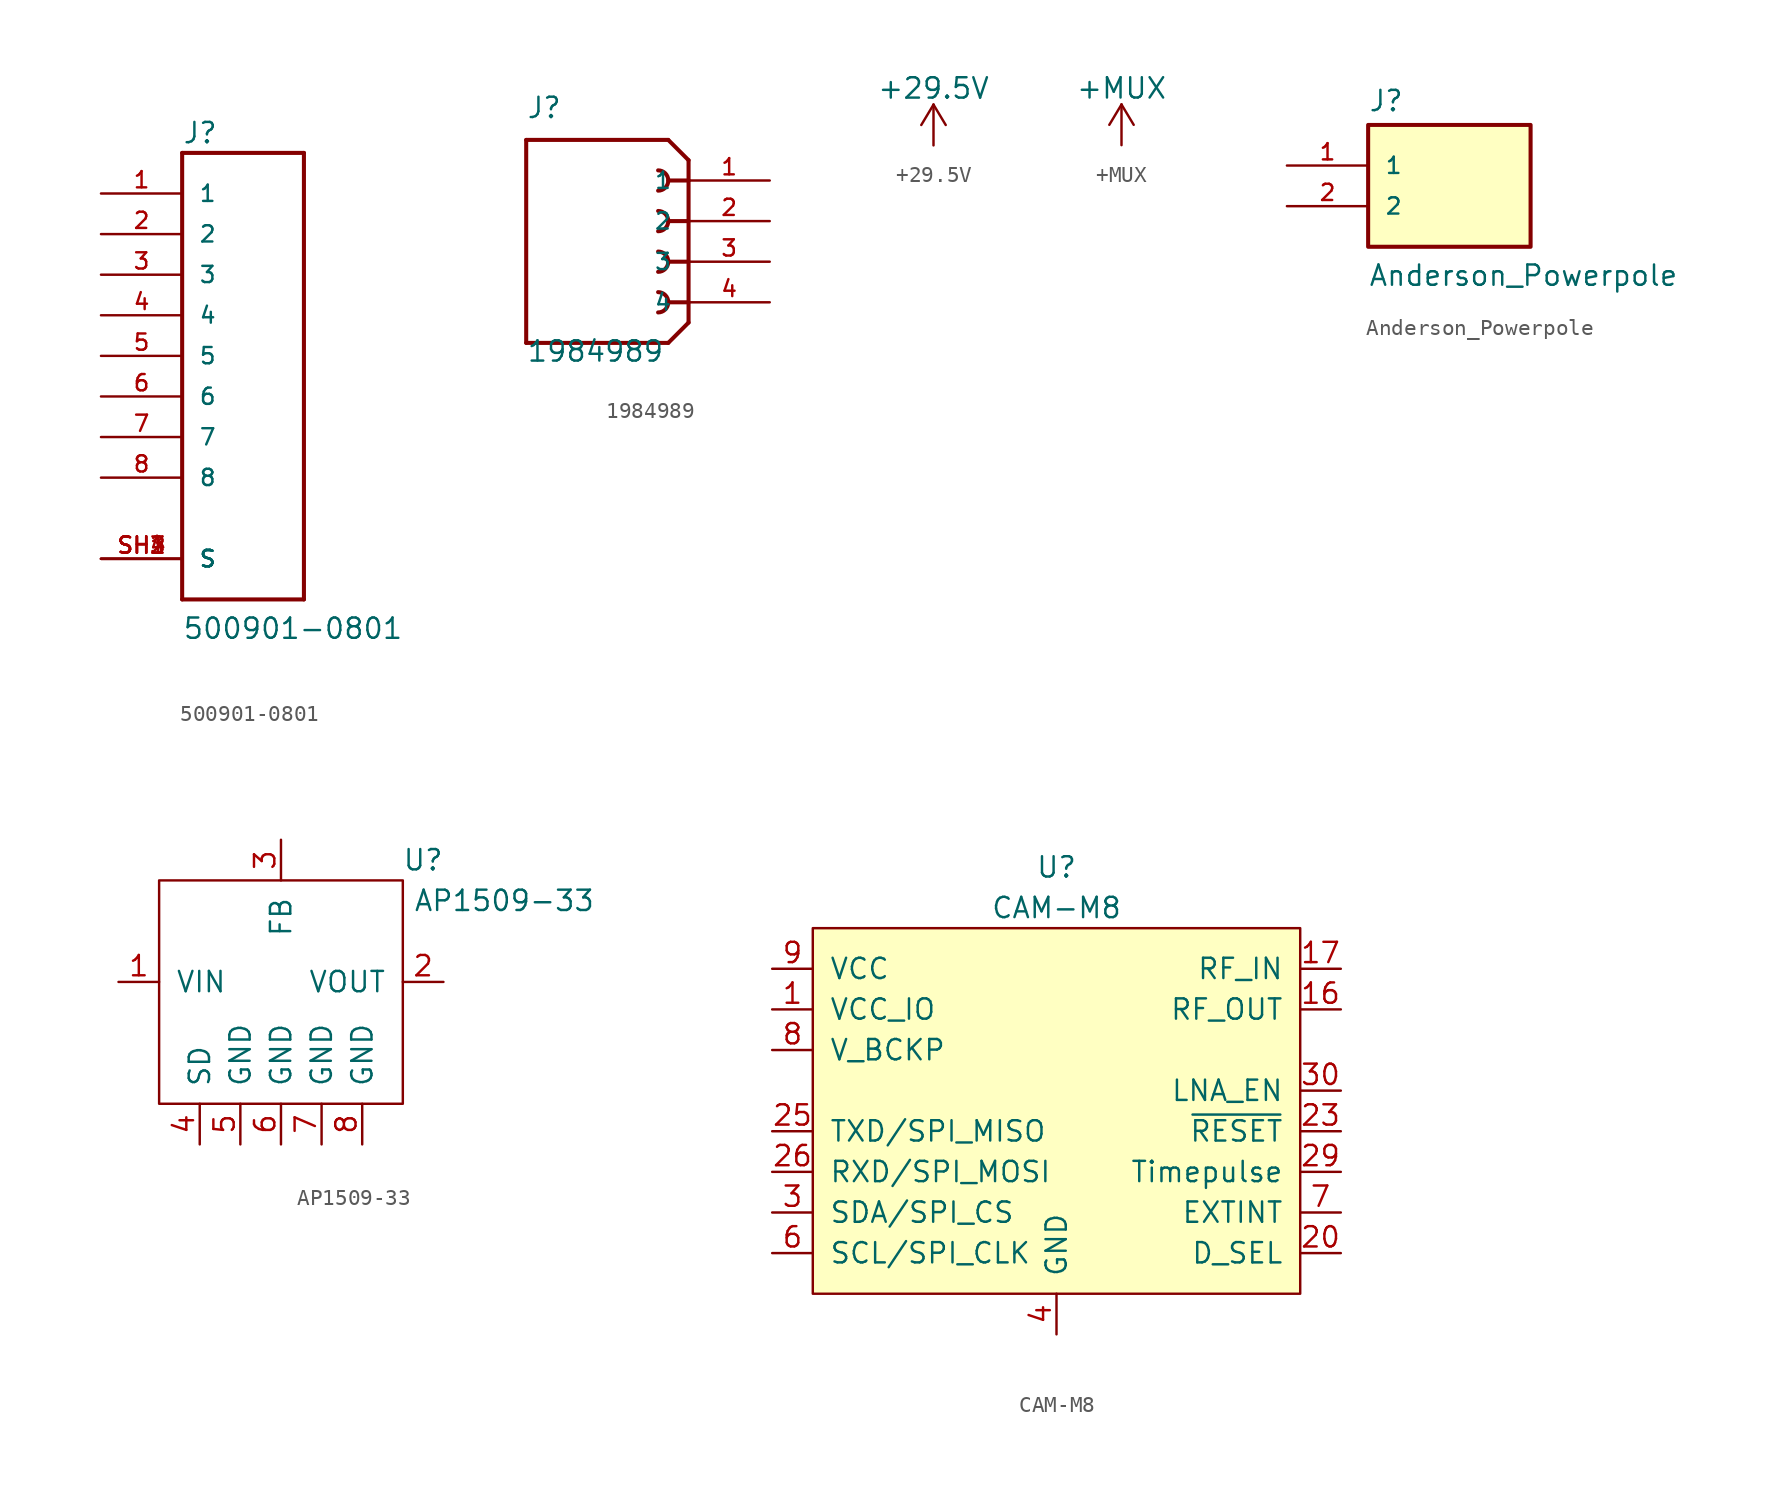
<source format=kicad_sym>
(kicad_symbol_lib
  (version 20211014)
  (generator kicad_symbol_editor)
  (symbol "500901-0801"
    (pin_names
      (offset 1.016))
    (property "Reference" "J"
      (at -5.08 13.208 0)
      (effects (font (size 1.27 1.27)) (justify left bottom)))
    (property "Value" "500901-0801"
      (at -5.08 -17.805 0)
      (effects (font (size 1.27 1.27)) (justify left bottom)))
    (property "ki_locked" ""
      (at 0 0 0)
      (effects (font (size 1.27 1.27))))
    (symbol "500901-0801_0_0"
      (polyline (pts (xy -5.08 -15.24) (xy -5.08 12.7)) (stroke (width 0.254) (type default) (color 0 0 0 0)) (fill (type none)))
      (polyline (pts (xy -5.08 12.7) (xy 2.54 12.7)) (stroke (width 0.254) (type default) (color 0 0 0 0)) (fill (type none)))
      (polyline (pts (xy 2.54 -15.24) (xy -5.08 -15.24)) (stroke (width 0.254) (type default) (color 0 0 0 0)) (fill (type none)))
      (polyline (pts (xy 2.54 12.7) (xy 2.54 -15.24)) (stroke (width 0.254) (type default) (color 0 0 0 0)) (fill (type none)))
      (pin passive line (at -10.16 10.16 0) (length 5.08) (name "1" (effects (font (size 1.016 1.016)))) (number "1" (effects (font (size 1.016 1.016)))))
      (pin passive line (at -10.16 7.62 0) (length 5.08) (name "2" (effects (font (size 1.016 1.016)))) (number "2" (effects (font (size 1.016 1.016)))))
      (pin passive line (at -10.16 5.08 0) (length 5.08) (name "3" (effects (font (size 1.016 1.016)))) (number "3" (effects (font (size 1.016 1.016)))))
      (pin passive line (at -10.16 2.54 0) (length 5.08) (name "4" (effects (font (size 1.016 1.016)))) (number "4" (effects (font (size 1.016 1.016)))))
      (pin passive line (at -10.16 0 0) (length 5.08) (name "5" (effects (font (size 1.016 1.016)))) (number "5" (effects (font (size 1.016 1.016)))))
      (pin passive line (at -10.16 -2.54 0) (length 5.08) (name "6" (effects (font (size 1.016 1.016)))) (number "6" (effects (font (size 1.016 1.016)))))
      (pin passive line (at -10.16 -5.08 0) (length 5.08) (name "7" (effects (font (size 1.016 1.016)))) (number "7" (effects (font (size 1.016 1.016)))))
      (pin passive line (at -10.16 -7.62 0) (length 5.08) (name "8" (effects (font (size 1.016 1.016)))) (number "8" (effects (font (size 1.016 1.016)))))
      (pin passive line (at -10.16 -12.7 0) (length 5.08) (name "S" (effects (font (size 1.016 1.016)))) (number "SH1" (effects (font (size 1.016 1.016)))))
      (pin passive line (at -10.16 -12.7 0) (length 5.08) (name "S" (effects (font (size 1.016 1.016)))) (number "SH2" (effects (font (size 1.016 1.016)))))
      (pin passive line (at -10.16 -12.7 0) (length 5.08) (name "S" (effects (font (size 1.016 1.016)))) (number "SH3" (effects (font (size 1.016 1.016)))))
      (pin passive line (at -10.16 -12.7 0) (length 5.08) (name "S" (effects (font (size 1.016 1.016)))) (number "SH4" (effects (font (size 1.016 1.016)))))))
  (symbol "1984989"
    (pin_names
      (offset 1.016))
    (property "Reference" "J"
      (at -5.08 6.35 0)
      (effects (font (size 1.27 1.27)) (justify left bottom)))
    (property "Value" "1984989"
      (at -5.08 -8.89 0)
      (effects (font (size 1.27 1.27)) (justify left bottom)))
    (property "ki_locked" ""
      (at 0 0 0)
      (effects (font (size 1.27 1.27))))
    (symbol "1984989_0_0"
      (polyline (pts (xy -5.08 -7.62) (xy -5.08 5.08)) (stroke (width 0.254) (type default) (color 0 0 0 0)) (fill (type none)))
      (polyline (pts (xy -5.08 5.08) (xy 3.81 5.08)) (stroke (width 0.254) (type default) (color 0 0 0 0)) (fill (type none)))
      (polyline (pts (xy 3.81 -7.62) (xy -5.08 -7.62)) (stroke (width 0.254) (type default) (color 0 0 0 0)) (fill (type none)))
      (polyline (pts (xy 5.08 -6.35) (xy 3.81 -7.62)) (stroke (width 0.254) (type default) (color 0 0 0 0)) (fill (type none)))
      (polyline (pts (xy 5.08 -5.08) (xy 3.81 -5.08)) (stroke (width 0.254) (type default) (color 0 0 0 0)) (fill (type none)))
      (polyline (pts (xy 5.08 -2.54) (xy 3.81 -2.54)) (stroke (width 0.254) (type default) (color 0 0 0 0)) (fill (type none)))
      (polyline (pts (xy 5.08 0) (xy 3.81 0)) (stroke (width 0.254) (type default) (color 0 0 0 0)) (fill (type none)))
      (polyline (pts (xy 5.08 2.54) (xy 3.81 2.54)) (stroke (width 0.254) (type default) (color 0 0 0 0)) (fill (type none)))
      (polyline (pts (xy 5.08 2.54) (xy 5.08 -6.35)) (stroke (width 0.254) (type default) (color 0 0 0 0)) (fill (type none)))
      (polyline (pts (xy 5.08 3.81) (xy 3.81 5.08)) (stroke (width 0.254) (type default) (color 0 0 0 0)) (fill (type none)))
      (polyline (pts (xy 5.08 3.81) (xy 5.08 2.54)) (stroke (width 0.254) (type default) (color 0 0 0 0)) (fill (type none)))
      (arc (start 3.175 -5.715) (mid 3.81 -5.08) (end 3.175 -4.445) (stroke (width 0.254) (type default) (color 0 0 0 0)) (fill (type none)))
      (arc (start 3.175 -3.175) (mid 3.81 -2.54) (end 3.175 -1.905) (stroke (width 0.254) (type default) (color 0 0 0 0)) (fill (type none)))
      (arc (start 3.175 -0.635) (mid 3.81 0) (end 3.175 0.635) (stroke (width 0.254) (type default) (color 0 0 0 0)) (fill (type none)))
      (arc (start 3.175 1.905) (mid 3.81 2.54) (end 3.175 3.175) (stroke (width 0.254) (type default) (color 0 0 0 0)) (fill (type none)))
      (pin passive line (at 10.16 2.54 180) (length 5.08) (name "1" (effects (font (size 1.016 1.016)))) (number "1" (effects (font (size 1.016 1.016)))))
      (pin passive line (at 10.16 0 180) (length 5.08) (name "2" (effects (font (size 1.016 1.016)))) (number "2" (effects (font (size 1.016 1.016)))))
      (pin passive line (at 10.16 -2.54 180) (length 5.08) (name "3" (effects (font (size 1.016 1.016)))) (number "3" (effects (font (size 1.016 1.016)))))
      (pin passive line (at 10.16 -5.08 180) (length 5.08) (name "4" (effects (font (size 1.016 1.016)))) (number "4" (effects (font (size 1.016 1.016)))))))
  (symbol "+29.5V"
    (power)
    (pin_names
      (offset 0))
    (property "Reference" "#PWR"
      (at 0 -3.81 0)
      (effects (font (size 1.27 1.27)) hide))
    (property "Value" "+29.5V"
      (at 0 3.556 0)
      (effects (font (size 1.27 1.27))))
    (symbol "+29.5V_0_1"
      (polyline (pts (xy -0.762 1.27) (xy 0 2.54)) (stroke (width 0) (type default) (color 0 0 0 0)) (fill (type none)))
      (polyline (pts (xy 0 0) (xy 0 2.54)) (stroke (width 0) (type default) (color 0 0 0 0)) (fill (type none)))
      (polyline (pts (xy 0 2.54) (xy 0.762 1.27)) (stroke (width 0) (type default) (color 0 0 0 0)) (fill (type none))))
    (symbol "+29.5V_1_1"
      (pin power_in line (at 0 0 90) (length 0) hide (name "+29.5V" (effects (font (size 1.27 1.27)))) (number "1" (effects (font (size 1.27 1.27)))))))
  (symbol "+MUX"
    (power)
    (pin_names
      (offset 0))
    (property "Reference" "#PWR"
      (at 0 -3.81 0)
      (effects (font (size 1.27 1.27)) hide))
    (property "Value" "+MUX"
      (at 0 3.556 0)
      (effects (font (size 1.27 1.27))))
    (symbol "+MUX_0_1"
      (polyline (pts (xy -0.762 1.27) (xy 0 2.54)) (stroke (width 0) (type default) (color 0 0 0 0)) (fill (type none)))
      (polyline (pts (xy 0 0) (xy 0 2.54)) (stroke (width 0) (type default) (color 0 0 0 0)) (fill (type none)))
      (polyline (pts (xy 0 2.54) (xy 0.762 1.27)) (stroke (width 0) (type default) (color 0 0 0 0)) (fill (type none))))
    (symbol "+MUX_1_1"
      (pin power_in line (at 0 0 90) (length 0) hide (name "+MUX" (effects (font (size 1.27 1.27)))) (number "1" (effects (font (size 1.27 1.27)))))))
  (symbol "Anderson_Powerpole"
    (pin_names
      (offset 1.016))
    (property "Reference" "J"
      (at -5.08 3.302 0)
      (effects (font (size 1.27 1.27)) (justify left bottom)))
    (property "Value" "Anderson_Powerpole"
      (at -5.08 -7.62 0)
      (effects (font (size 1.27 1.27)) (justify left bottom)))
    (property "ki_locked" ""
      (at 0 0 0)
      (effects (font (size 1.27 1.27))))
    (symbol "Anderson_Powerpole_0_0"
      (rectangle (start -5.08 -5.08) (end 5.08 2.54) (stroke (width 0.254) (type default) (color 0 0 0 0)) (fill (type background)))
      (pin passive line (at -10.16 0 0) (length 5.08) (name "1" (effects (font (size 1.016 1.016)))) (number "1" (effects (font (size 1.016 1.016)))))
      (pin passive line (at -10.16 -2.54 0) (length 5.08) (name "2" (effects (font (size 1.016 1.016)))) (number "2" (effects (font (size 1.016 1.016)))))))
  (symbol "AP1509-33"
    (pin_names
      (offset 1.016))
    (property "Reference" "U"
      (at 8.89 6.35 0)
      (effects (font (size 1.27 1.27))))
    (property "Value" "AP1509-33"
      (at 13.97 3.81 0)
      (effects (font (size 1.27 1.27))))
    (symbol "AP1509-33_0_1"
      (rectangle (start -7.62 5.08) (end 7.62 -8.89) (stroke (width 0) (type default) (color 0 0 0 0)) (fill (type none))))
    (symbol "AP1509-33_1_1"
      (pin power_in line (at -10.16 -1.27 0) (length 2.54) (name "VIN" (effects (font (size 1.27 1.27)))) (number "1" (effects (font (size 1.27 1.27)))))
      (pin power_out line (at 10.16 -1.27 180) (length 2.54) (name "VOUT" (effects (font (size 1.27 1.27)))) (number "2" (effects (font (size 1.27 1.27)))))
      (pin input line (at 0 7.62 270) (length 2.54) (name "FB" (effects (font (size 1.27 1.27)))) (number "3" (effects (font (size 1.27 1.27)))))
      (pin input line (at -5.08 -11.43 90) (length 2.54) (name "SD" (effects (font (size 1.27 1.27)))) (number "4" (effects (font (size 1.27 1.27)))))
      (pin power_in line (at -2.54 -11.43 90) (length 2.54) (name "GND" (effects (font (size 1.27 1.27)))) (number "5" (effects (font (size 1.27 1.27)))))
      (pin power_in line (at 0 -11.43 90) (length 2.54) (name "GND" (effects (font (size 1.27 1.27)))) (number "6" (effects (font (size 1.27 1.27)))))
      (pin power_in line (at 2.54 -11.43 90) (length 2.54) (name "GND" (effects (font (size 1.27 1.27)))) (number "7" (effects (font (size 1.27 1.27)))))
      (pin power_in line (at 5.08 -11.43 90) (length 2.54) (name "GND" (effects (font (size 1.27 1.27)))) (number "8" (effects (font (size 1.27 1.27)))))))
  (symbol "CAM-M8"
    (pin_names
      (offset 1.016))
    (property "Reference" "U"
      (at 0 15.24 0)
      (effects (font (size 1.27 1.27))))
    (property "Value" "CAM-M8"
      (at 0 12.7 0)
      (effects (font (size 1.27 1.27))))
    (symbol "CAM-M8_0_1"
      (rectangle (start -15.24 11.43) (end 15.24 -11.43) (stroke (width 0) (type default) (color 0 0 0 0)) (fill (type background))))
    (symbol "CAM-M8_1_1"
      (pin power_in line (at -17.78 6.35 0) (length 2.54) (name "VCC_IO" (effects (font (size 1.27 1.27)))) (number "1" (effects (font (size 1.27 1.27)))))
      (pin power_in line (at 0 -13.97 90) (length 2.54) hide (name "GND" (effects (font (size 1.27 1.27)))) (number "10" (effects (font (size 1.27 1.27)))))
      (pin power_in line (at 0 -13.97 90) (length 2.54) hide (name "GND" (effects (font (size 1.27 1.27)))) (number "11" (effects (font (size 1.27 1.27)))))
      (pin power_in line (at 0 -13.97 90) (length 2.54) hide (name "GND" (effects (font (size 1.27 1.27)))) (number "12" (effects (font (size 1.27 1.27)))))
      (pin power_in line (at 0 -13.97 90) (length 2.54) hide (name "GND" (effects (font (size 1.27 1.27)))) (number "13" (effects (font (size 1.27 1.27)))))
      (pin power_in line (at 0 -13.97 90) (length 2.54) hide (name "GND" (effects (font (size 1.27 1.27)))) (number "14" (effects (font (size 1.27 1.27)))))
      (pin power_in line (at 0 -13.97 90) (length 2.54) hide (name "GND" (effects (font (size 1.27 1.27)))) (number "15" (effects (font (size 1.27 1.27)))))
      (pin output line (at 17.78 6.35 180) (length 2.54) (name "RF_OUT" (effects (font (size 1.27 1.27)))) (number "16" (effects (font (size 1.27 1.27)))))
      (pin input line (at 17.78 8.89 180) (length 2.54) (name "RF_IN" (effects (font (size 1.27 1.27)))) (number "17" (effects (font (size 1.27 1.27)))))
      (pin power_in line (at 0 -13.97 90) (length 2.54) hide (name "GND" (effects (font (size 1.27 1.27)))) (number "18" (effects (font (size 1.27 1.27)))))
      (pin power_in line (at 0 -13.97 90) (length 2.54) hide (name "GND" (effects (font (size 1.27 1.27)))) (number "19" (effects (font (size 1.27 1.27)))))
      (pin no_connect line (at 3.81 3.81 0) (length 2.54) hide (name "~" (effects (font (size 1.27 1.27)))) (number "2" (effects (font (size 1.27 1.27)))))
      (pin input line (at 17.78 -8.89 180) (length 2.54) (name "D_SEL" (effects (font (size 1.27 1.27)))) (number "20" (effects (font (size 1.27 1.27)))))
      (pin power_in line (at 0 -13.97 90) (length 2.54) hide (name "GND" (effects (font (size 1.27 1.27)))) (number "21" (effects (font (size 1.27 1.27)))))
      (pin power_in line (at 0 -13.97 90) (length 2.54) hide (name "GND" (effects (font (size 1.27 1.27)))) (number "22" (effects (font (size 1.27 1.27)))))
      (pin input line (at 17.78 -1.27 180) (length 2.54) (name "~{RESET}" (effects (font (size 1.27 1.27)))) (number "23" (effects (font (size 1.27 1.27)))))
      (pin no_connect line (at 3.81 6.35 0) (length 2.54) hide (name "~" (effects (font (size 1.27 1.27)))) (number "24" (effects (font (size 1.27 1.27)))))
      (pin output line (at -17.78 -1.27 0) (length 2.54) (name "TXD/SPI_MISO" (effects (font (size 1.27 1.27)))) (number "25" (effects (font (size 1.27 1.27)))))
      (pin input line (at -17.78 -3.81 0) (length 2.54) (name "RXD/SPI_MOSI" (effects (font (size 1.27 1.27)))) (number "26" (effects (font (size 1.27 1.27)))))
      (pin power_in line (at 0 -13.97 90) (length 2.54) hide (name "GND" (effects (font (size 1.27 1.27)))) (number "27" (effects (font (size 1.27 1.27)))))
      (pin no_connect line (at 3.81 1.27 0) (length 2.54) hide (name "~" (effects (font (size 1.27 1.27)))) (number "28" (effects (font (size 1.27 1.27)))))
      (pin output line (at 17.78 -3.81 180) (length 2.54) (name "Timepulse" (effects (font (size 1.27 1.27)))) (number "29" (effects (font (size 1.27 1.27)))))
      (pin bidirectional line (at -17.78 -6.35 0) (length 2.54) (name "SDA/SPI_CS" (effects (font (size 1.27 1.27)))) (number "3" (effects (font (size 1.27 1.27)))))
      (pin output line (at 17.78 1.27 180) (length 2.54) (name "LNA_EN" (effects (font (size 1.27 1.27)))) (number "30" (effects (font (size 1.27 1.27)))))
      (pin power_in line (at 0 -13.97 90) (length 2.54) hide (name "GND" (effects (font (size 1.27 1.27)))) (number "31" (effects (font (size 1.27 1.27)))))
      (pin power_in line (at 0 -13.97 90) (length 2.54) (name "GND" (effects (font (size 1.27 1.27)))) (number "4" (effects (font (size 1.27 1.27)))))
      (pin power_in line (at 0 -13.97 90) (length 2.54) hide (name "GND" (effects (font (size 1.27 1.27)))) (number "5" (effects (font (size 1.27 1.27)))))
      (pin bidirectional line (at -17.78 -8.89 0) (length 2.54) (name "SCL/SPI_CLK" (effects (font (size 1.27 1.27)))) (number "6" (effects (font (size 1.27 1.27)))))
      (pin bidirectional line (at 17.78 -6.35 180) (length 2.54) (name "EXTINT" (effects (font (size 1.27 1.27)))) (number "7" (effects (font (size 1.27 1.27)))))
      (pin power_in line (at -17.78 3.81 0) (length 2.54) (name "V_BCKP" (effects (font (size 1.27 1.27)))) (number "8" (effects (font (size 1.27 1.27)))))
      (pin power_in line (at -17.78 8.89 0) (length 2.54) (name "VCC" (effects (font (size 1.27 1.27)))) (number "9" (effects (font (size 1.27 1.27))))))))
</source>
